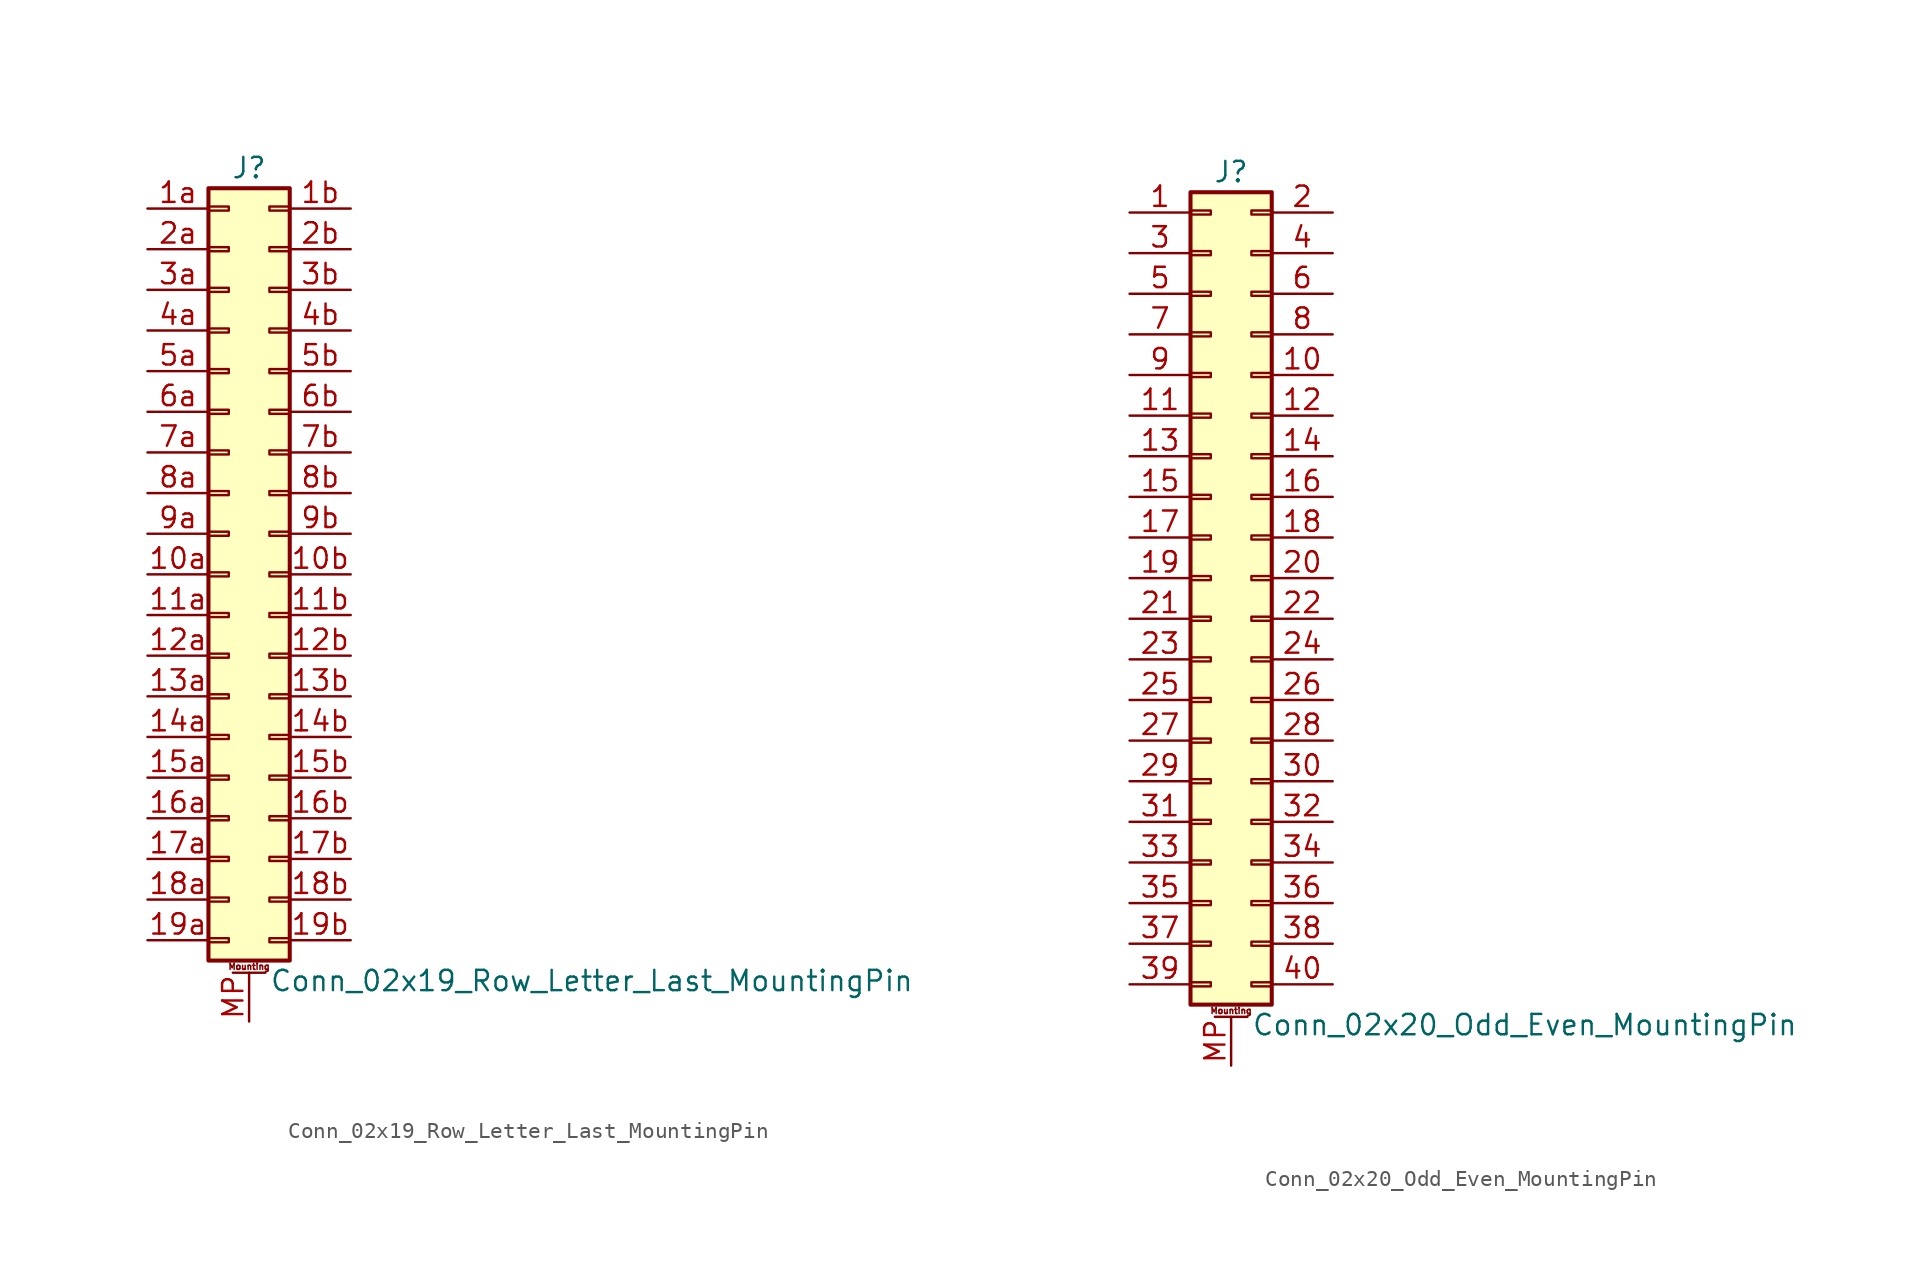
<source format=kicad_sym>
(kicad_symbol_lib
  (version 20201005)
  (generator kicad_symbol_editor)
  (symbol "Conn_02x19_Row_Letter_Last_MountingPin"
    (pin_names
      (offset 1.016) hide)
    (property "Reference" "J"
      (at 1.27 25.4 0)
      (effects (font (size 1.27 1.27))))
    (property "Value" "Conn_02x19_Row_Letter_Last_MountingPin"
      (at 2.54 -25.4 0)
      (effects (font (size 1.27 1.27)) (justify left)))
    (symbol "Conn_02x19_Row_Letter_Last_MountingPin_1_1"
      (text "Mounting" (at 1.27 -24.511 0) (effects (font (size 0.381 0.381))))
      (rectangle (start -1.27 -22.733) (end 0 -22.987) (stroke (width 0.152)) (fill (type none)))
      (rectangle (start -1.27 -20.193) (end 0 -20.447) (stroke (width 0.152)) (fill (type none)))
      (rectangle (start -1.27 -17.653) (end 0 -17.907) (stroke (width 0.152)) (fill (type none)))
      (rectangle (start -1.27 -15.113) (end 0 -15.367) (stroke (width 0.152)) (fill (type none)))
      (rectangle (start -1.27 -12.573) (end 0 -12.827) (stroke (width 0.152)) (fill (type none)))
      (rectangle (start -1.27 -10.033) (end 0 -10.287) (stroke (width 0.152)) (fill (type none)))
      (rectangle (start -1.27 -7.493) (end 0 -7.747) (stroke (width 0.152)) (fill (type none)))
      (rectangle (start -1.27 -4.953) (end 0 -5.207) (stroke (width 0.152)) (fill (type none)))
      (rectangle (start -1.27 -2.413) (end 0 -2.667) (stroke (width 0.152)) (fill (type none)))
      (rectangle (start -1.27 0.127) (end 0 -0.127) (stroke (width 0.152)) (fill (type none)))
      (rectangle (start -1.27 2.667) (end 0 2.413) (stroke (width 0.152)) (fill (type none)))
      (rectangle (start -1.27 5.207) (end 0 4.953) (stroke (width 0.152)) (fill (type none)))
      (rectangle (start -1.27 7.747) (end 0 7.493) (stroke (width 0.152)) (fill (type none)))
      (rectangle (start -1.27 10.287) (end 0 10.033) (stroke (width 0.152)) (fill (type none)))
      (rectangle (start -1.27 12.827) (end 0 12.573) (stroke (width 0.152)) (fill (type none)))
      (rectangle (start -1.27 15.367) (end 0 15.113) (stroke (width 0.152)) (fill (type none)))
      (rectangle (start -1.27 17.907) (end 0 17.653) (stroke (width 0.152)) (fill (type none)))
      (rectangle (start -1.27 20.447) (end 0 20.193) (stroke (width 0.152)) (fill (type none)))
      (rectangle (start -1.27 22.987) (end 0 22.733) (stroke (width 0.152)) (fill (type none)))
      (rectangle (start -1.27 24.13) (end 3.81 -24.13) (stroke (width 0.254)) (fill (type background)))
      (rectangle (start 3.81 -22.733) (end 2.54 -22.987) (stroke (width 0.152)) (fill (type none)))
      (rectangle (start 3.81 -20.193) (end 2.54 -20.447) (stroke (width 0.152)) (fill (type none)))
      (rectangle (start 3.81 -17.653) (end 2.54 -17.907) (stroke (width 0.152)) (fill (type none)))
      (rectangle (start 3.81 -15.113) (end 2.54 -15.367) (stroke (width 0.152)) (fill (type none)))
      (rectangle (start 3.81 -12.573) (end 2.54 -12.827) (stroke (width 0.152)) (fill (type none)))
      (rectangle (start 3.81 -10.033) (end 2.54 -10.287) (stroke (width 0.152)) (fill (type none)))
      (rectangle (start 3.81 -7.493) (end 2.54 -7.747) (stroke (width 0.152)) (fill (type none)))
      (rectangle (start 3.81 -4.953) (end 2.54 -5.207) (stroke (width 0.152)) (fill (type none)))
      (rectangle (start 3.81 -2.413) (end 2.54 -2.667) (stroke (width 0.152)) (fill (type none)))
      (rectangle (start 3.81 0.127) (end 2.54 -0.127) (stroke (width 0.152)) (fill (type none)))
      (rectangle (start 3.81 2.667) (end 2.54 2.413) (stroke (width 0.152)) (fill (type none)))
      (rectangle (start 3.81 5.207) (end 2.54 4.953) (stroke (width 0.152)) (fill (type none)))
      (rectangle (start 3.81 7.747) (end 2.54 7.493) (stroke (width 0.152)) (fill (type none)))
      (rectangle (start 3.81 10.287) (end 2.54 10.033) (stroke (width 0.152)) (fill (type none)))
      (rectangle (start 3.81 12.827) (end 2.54 12.573) (stroke (width 0.152)) (fill (type none)))
      (rectangle (start 3.81 15.367) (end 2.54 15.113) (stroke (width 0.152)) (fill (type none)))
      (rectangle (start 3.81 17.907) (end 2.54 17.653) (stroke (width 0.152)) (fill (type none)))
      (rectangle (start 3.81 20.447) (end 2.54 20.193) (stroke (width 0.152)) (fill (type none)))
      (rectangle (start 3.81 22.987) (end 2.54 22.733) (stroke (width 0.152)) (fill (type none)))
      (polyline (pts (xy 0.254 -24.892) (xy 2.286 -24.892)) (stroke (width 0.152)) (fill (type none)))
      (pin passive line (at -5.08 0 0) (length 3.81) (name "Pin_10a" (effects (font (size 1.27 1.27)))) (number "10a" (effects (font (size 1.27 1.27)))))
      (pin passive line (at 7.62 0 180) (length 3.81) (name "Pin_10b" (effects (font (size 1.27 1.27)))) (number "10b" (effects (font (size 1.27 1.27)))))
      (pin passive line (at -5.08 -2.54 0) (length 3.81) (name "Pin_11a" (effects (font (size 1.27 1.27)))) (number "11a" (effects (font (size 1.27 1.27)))))
      (pin passive line (at 7.62 -2.54 180) (length 3.81) (name "Pin_11b" (effects (font (size 1.27 1.27)))) (number "11b" (effects (font (size 1.27 1.27)))))
      (pin passive line (at -5.08 -5.08 0) (length 3.81) (name "Pin_12a" (effects (font (size 1.27 1.27)))) (number "12a" (effects (font (size 1.27 1.27)))))
      (pin passive line (at 7.62 -5.08 180) (length 3.81) (name "Pin_12b" (effects (font (size 1.27 1.27)))) (number "12b" (effects (font (size 1.27 1.27)))))
      (pin passive line (at -5.08 -7.62 0) (length 3.81) (name "Pin_13a" (effects (font (size 1.27 1.27)))) (number "13a" (effects (font (size 1.27 1.27)))))
      (pin passive line (at 7.62 -7.62 180) (length 3.81) (name "Pin_13b" (effects (font (size 1.27 1.27)))) (number "13b" (effects (font (size 1.27 1.27)))))
      (pin passive line (at -5.08 -10.16 0) (length 3.81) (name "Pin_14a" (effects (font (size 1.27 1.27)))) (number "14a" (effects (font (size 1.27 1.27)))))
      (pin passive line (at 7.62 -10.16 180) (length 3.81) (name "Pin_14b" (effects (font (size 1.27 1.27)))) (number "14b" (effects (font (size 1.27 1.27)))))
      (pin passive line (at -5.08 -12.7 0) (length 3.81) (name "Pin_15a" (effects (font (size 1.27 1.27)))) (number "15a" (effects (font (size 1.27 1.27)))))
      (pin passive line (at 7.62 -12.7 180) (length 3.81) (name "Pin_15b" (effects (font (size 1.27 1.27)))) (number "15b" (effects (font (size 1.27 1.27)))))
      (pin passive line (at -5.08 -15.24 0) (length 3.81) (name "Pin_16a" (effects (font (size 1.27 1.27)))) (number "16a" (effects (font (size 1.27 1.27)))))
      (pin passive line (at 7.62 -15.24 180) (length 3.81) (name "Pin_16b" (effects (font (size 1.27 1.27)))) (number "16b" (effects (font (size 1.27 1.27)))))
      (pin passive line (at -5.08 -17.78 0) (length 3.81) (name "Pin_17a" (effects (font (size 1.27 1.27)))) (number "17a" (effects (font (size 1.27 1.27)))))
      (pin passive line (at 7.62 -17.78 180) (length 3.81) (name "Pin_17b" (effects (font (size 1.27 1.27)))) (number "17b" (effects (font (size 1.27 1.27)))))
      (pin passive line (at -5.08 -20.32 0) (length 3.81) (name "Pin_18a" (effects (font (size 1.27 1.27)))) (number "18a" (effects (font (size 1.27 1.27)))))
      (pin passive line (at 7.62 -20.32 180) (length 3.81) (name "Pin_18b" (effects (font (size 1.27 1.27)))) (number "18b" (effects (font (size 1.27 1.27)))))
      (pin passive line (at -5.08 -22.86 0) (length 3.81) (name "Pin_19a" (effects (font (size 1.27 1.27)))) (number "19a" (effects (font (size 1.27 1.27)))))
      (pin passive line (at 7.62 -22.86 180) (length 3.81) (name "Pin_19b" (effects (font (size 1.27 1.27)))) (number "19b" (effects (font (size 1.27 1.27)))))
      (pin passive line (at -5.08 22.86 0) (length 3.81) (name "Pin_1a" (effects (font (size 1.27 1.27)))) (number "1a" (effects (font (size 1.27 1.27)))))
      (pin passive line (at 7.62 22.86 180) (length 3.81) (name "Pin_1b" (effects (font (size 1.27 1.27)))) (number "1b" (effects (font (size 1.27 1.27)))))
      (pin passive line (at -5.08 20.32 0) (length 3.81) (name "Pin_2a" (effects (font (size 1.27 1.27)))) (number "2a" (effects (font (size 1.27 1.27)))))
      (pin passive line (at 7.62 20.32 180) (length 3.81) (name "Pin_2b" (effects (font (size 1.27 1.27)))) (number "2b" (effects (font (size 1.27 1.27)))))
      (pin passive line (at -5.08 17.78 0) (length 3.81) (name "Pin_3a" (effects (font (size 1.27 1.27)))) (number "3a" (effects (font (size 1.27 1.27)))))
      (pin passive line (at 7.62 17.78 180) (length 3.81) (name "Pin_3b" (effects (font (size 1.27 1.27)))) (number "3b" (effects (font (size 1.27 1.27)))))
      (pin passive line (at -5.08 15.24 0) (length 3.81) (name "Pin_4a" (effects (font (size 1.27 1.27)))) (number "4a" (effects (font (size 1.27 1.27)))))
      (pin passive line (at 7.62 15.24 180) (length 3.81) (name "Pin_4b" (effects (font (size 1.27 1.27)))) (number "4b" (effects (font (size 1.27 1.27)))))
      (pin passive line (at -5.08 12.7 0) (length 3.81) (name "Pin_5a" (effects (font (size 1.27 1.27)))) (number "5a" (effects (font (size 1.27 1.27)))))
      (pin passive line (at 7.62 12.7 180) (length 3.81) (name "Pin_5b" (effects (font (size 1.27 1.27)))) (number "5b" (effects (font (size 1.27 1.27)))))
      (pin passive line (at -5.08 10.16 0) (length 3.81) (name "Pin_6a" (effects (font (size 1.27 1.27)))) (number "6a" (effects (font (size 1.27 1.27)))))
      (pin passive line (at 7.62 10.16 180) (length 3.81) (name "Pin_6b" (effects (font (size 1.27 1.27)))) (number "6b" (effects (font (size 1.27 1.27)))))
      (pin passive line (at -5.08 7.62 0) (length 3.81) (name "Pin_7a" (effects (font (size 1.27 1.27)))) (number "7a" (effects (font (size 1.27 1.27)))))
      (pin passive line (at 7.62 7.62 180) (length 3.81) (name "Pin_7b" (effects (font (size 1.27 1.27)))) (number "7b" (effects (font (size 1.27 1.27)))))
      (pin passive line (at -5.08 5.08 0) (length 3.81) (name "Pin_8a" (effects (font (size 1.27 1.27)))) (number "8a" (effects (font (size 1.27 1.27)))))
      (pin passive line (at 7.62 5.08 180) (length 3.81) (name "Pin_8b" (effects (font (size 1.27 1.27)))) (number "8b" (effects (font (size 1.27 1.27)))))
      (pin passive line (at -5.08 2.54 0) (length 3.81) (name "Pin_9a" (effects (font (size 1.27 1.27)))) (number "9a" (effects (font (size 1.27 1.27)))))
      (pin passive line (at 7.62 2.54 180) (length 3.81) (name "Pin_9b" (effects (font (size 1.27 1.27)))) (number "9b" (effects (font (size 1.27 1.27)))))
      (pin passive line (at 1.27 -27.94 90) (length 3.048) (name "MountPin" (effects (font (size 1.27 1.27)))) (number "MP" (effects (font (size 1.27 1.27)))))))
  (symbol "Conn_02x20_Odd_Even_MountingPin"
    (pin_names
      (offset 1.016) hide)
    (property "Reference" "J"
      (at 1.27 25.4 0)
      (effects (font (size 1.27 1.27))))
    (property "Value" "Conn_02x20_Odd_Even_MountingPin"
      (at 2.54 -27.94 0)
      (effects (font (size 1.27 1.27)) (justify left)))
    (symbol "Conn_02x20_Odd_Even_MountingPin_1_1"
      (text "Mounting" (at 1.27 -27.051 0) (effects (font (size 0.381 0.381))))
      (rectangle (start -1.27 -25.273) (end 0 -25.527) (stroke (width 0.152)) (fill (type none)))
      (rectangle (start -1.27 -22.733) (end 0 -22.987) (stroke (width 0.152)) (fill (type none)))
      (rectangle (start -1.27 -20.193) (end 0 -20.447) (stroke (width 0.152)) (fill (type none)))
      (rectangle (start -1.27 -17.653) (end 0 -17.907) (stroke (width 0.152)) (fill (type none)))
      (rectangle (start -1.27 -15.113) (end 0 -15.367) (stroke (width 0.152)) (fill (type none)))
      (rectangle (start -1.27 -12.573) (end 0 -12.827) (stroke (width 0.152)) (fill (type none)))
      (rectangle (start -1.27 -10.033) (end 0 -10.287) (stroke (width 0.152)) (fill (type none)))
      (rectangle (start -1.27 -7.493) (end 0 -7.747) (stroke (width 0.152)) (fill (type none)))
      (rectangle (start -1.27 -4.953) (end 0 -5.207) (stroke (width 0.152)) (fill (type none)))
      (rectangle (start -1.27 -2.413) (end 0 -2.667) (stroke (width 0.152)) (fill (type none)))
      (rectangle (start -1.27 0.127) (end 0 -0.127) (stroke (width 0.152)) (fill (type none)))
      (rectangle (start -1.27 2.667) (end 0 2.413) (stroke (width 0.152)) (fill (type none)))
      (rectangle (start -1.27 5.207) (end 0 4.953) (stroke (width 0.152)) (fill (type none)))
      (rectangle (start -1.27 7.747) (end 0 7.493) (stroke (width 0.152)) (fill (type none)))
      (rectangle (start -1.27 10.287) (end 0 10.033) (stroke (width 0.152)) (fill (type none)))
      (rectangle (start -1.27 12.827) (end 0 12.573) (stroke (width 0.152)) (fill (type none)))
      (rectangle (start -1.27 15.367) (end 0 15.113) (stroke (width 0.152)) (fill (type none)))
      (rectangle (start -1.27 17.907) (end 0 17.653) (stroke (width 0.152)) (fill (type none)))
      (rectangle (start -1.27 20.447) (end 0 20.193) (stroke (width 0.152)) (fill (type none)))
      (rectangle (start -1.27 22.987) (end 0 22.733) (stroke (width 0.152)) (fill (type none)))
      (rectangle (start -1.27 24.13) (end 3.81 -26.67) (stroke (width 0.254)) (fill (type background)))
      (rectangle (start 3.81 -25.273) (end 2.54 -25.527) (stroke (width 0.152)) (fill (type none)))
      (rectangle (start 3.81 -22.733) (end 2.54 -22.987) (stroke (width 0.152)) (fill (type none)))
      (rectangle (start 3.81 -20.193) (end 2.54 -20.447) (stroke (width 0.152)) (fill (type none)))
      (rectangle (start 3.81 -17.653) (end 2.54 -17.907) (stroke (width 0.152)) (fill (type none)))
      (rectangle (start 3.81 -15.113) (end 2.54 -15.367) (stroke (width 0.152)) (fill (type none)))
      (rectangle (start 3.81 -12.573) (end 2.54 -12.827) (stroke (width 0.152)) (fill (type none)))
      (rectangle (start 3.81 -10.033) (end 2.54 -10.287) (stroke (width 0.152)) (fill (type none)))
      (rectangle (start 3.81 -7.493) (end 2.54 -7.747) (stroke (width 0.152)) (fill (type none)))
      (rectangle (start 3.81 -4.953) (end 2.54 -5.207) (stroke (width 0.152)) (fill (type none)))
      (rectangle (start 3.81 -2.413) (end 2.54 -2.667) (stroke (width 0.152)) (fill (type none)))
      (rectangle (start 3.81 0.127) (end 2.54 -0.127) (stroke (width 0.152)) (fill (type none)))
      (rectangle (start 3.81 2.667) (end 2.54 2.413) (stroke (width 0.152)) (fill (type none)))
      (rectangle (start 3.81 5.207) (end 2.54 4.953) (stroke (width 0.152)) (fill (type none)))
      (rectangle (start 3.81 7.747) (end 2.54 7.493) (stroke (width 0.152)) (fill (type none)))
      (rectangle (start 3.81 10.287) (end 2.54 10.033) (stroke (width 0.152)) (fill (type none)))
      (rectangle (start 3.81 12.827) (end 2.54 12.573) (stroke (width 0.152)) (fill (type none)))
      (rectangle (start 3.81 15.367) (end 2.54 15.113) (stroke (width 0.152)) (fill (type none)))
      (rectangle (start 3.81 17.907) (end 2.54 17.653) (stroke (width 0.152)) (fill (type none)))
      (rectangle (start 3.81 20.447) (end 2.54 20.193) (stroke (width 0.152)) (fill (type none)))
      (rectangle (start 3.81 22.987) (end 2.54 22.733) (stroke (width 0.152)) (fill (type none)))
      (polyline (pts (xy 0.254 -27.432) (xy 2.286 -27.432)) (stroke (width 0.152)) (fill (type none)))
      (pin passive line (at -5.08 22.86 0) (length 3.81) (name "Pin_1" (effects (font (size 1.27 1.27)))) (number "1" (effects (font (size 1.27 1.27)))))
      (pin passive line (at 7.62 12.7 180) (length 3.81) (name "Pin_10" (effects (font (size 1.27 1.27)))) (number "10" (effects (font (size 1.27 1.27)))))
      (pin passive line (at -5.08 10.16 0) (length 3.81) (name "Pin_11" (effects (font (size 1.27 1.27)))) (number "11" (effects (font (size 1.27 1.27)))))
      (pin passive line (at 7.62 10.16 180) (length 3.81) (name "Pin_12" (effects (font (size 1.27 1.27)))) (number "12" (effects (font (size 1.27 1.27)))))
      (pin passive line (at -5.08 7.62 0) (length 3.81) (name "Pin_13" (effects (font (size 1.27 1.27)))) (number "13" (effects (font (size 1.27 1.27)))))
      (pin passive line (at 7.62 7.62 180) (length 3.81) (name "Pin_14" (effects (font (size 1.27 1.27)))) (number "14" (effects (font (size 1.27 1.27)))))
      (pin passive line (at -5.08 5.08 0) (length 3.81) (name "Pin_15" (effects (font (size 1.27 1.27)))) (number "15" (effects (font (size 1.27 1.27)))))
      (pin passive line (at 7.62 5.08 180) (length 3.81) (name "Pin_16" (effects (font (size 1.27 1.27)))) (number "16" (effects (font (size 1.27 1.27)))))
      (pin passive line (at -5.08 2.54 0) (length 3.81) (name "Pin_17" (effects (font (size 1.27 1.27)))) (number "17" (effects (font (size 1.27 1.27)))))
      (pin passive line (at 7.62 2.54 180) (length 3.81) (name "Pin_18" (effects (font (size 1.27 1.27)))) (number "18" (effects (font (size 1.27 1.27)))))
      (pin passive line (at -5.08 0 0) (length 3.81) (name "Pin_19" (effects (font (size 1.27 1.27)))) (number "19" (effects (font (size 1.27 1.27)))))
      (pin passive line (at 7.62 22.86 180) (length 3.81) (name "Pin_2" (effects (font (size 1.27 1.27)))) (number "2" (effects (font (size 1.27 1.27)))))
      (pin passive line (at 7.62 0 180) (length 3.81) (name "Pin_20" (effects (font (size 1.27 1.27)))) (number "20" (effects (font (size 1.27 1.27)))))
      (pin passive line (at -5.08 -2.54 0) (length 3.81) (name "Pin_21" (effects (font (size 1.27 1.27)))) (number "21" (effects (font (size 1.27 1.27)))))
      (pin passive line (at 7.62 -2.54 180) (length 3.81) (name "Pin_22" (effects (font (size 1.27 1.27)))) (number "22" (effects (font (size 1.27 1.27)))))
      (pin passive line (at -5.08 -5.08 0) (length 3.81) (name "Pin_23" (effects (font (size 1.27 1.27)))) (number "23" (effects (font (size 1.27 1.27)))))
      (pin passive line (at 7.62 -5.08 180) (length 3.81) (name "Pin_24" (effects (font (size 1.27 1.27)))) (number "24" (effects (font (size 1.27 1.27)))))
      (pin passive line (at -5.08 -7.62 0) (length 3.81) (name "Pin_25" (effects (font (size 1.27 1.27)))) (number "25" (effects (font (size 1.27 1.27)))))
      (pin passive line (at 7.62 -7.62 180) (length 3.81) (name "Pin_26" (effects (font (size 1.27 1.27)))) (number "26" (effects (font (size 1.27 1.27)))))
      (pin passive line (at -5.08 -10.16 0) (length 3.81) (name "Pin_27" (effects (font (size 1.27 1.27)))) (number "27" (effects (font (size 1.27 1.27)))))
      (pin passive line (at 7.62 -10.16 180) (length 3.81) (name "Pin_28" (effects (font (size 1.27 1.27)))) (number "28" (effects (font (size 1.27 1.27)))))
      (pin passive line (at -5.08 -12.7 0) (length 3.81) (name "Pin_29" (effects (font (size 1.27 1.27)))) (number "29" (effects (font (size 1.27 1.27)))))
      (pin passive line (at -5.08 20.32 0) (length 3.81) (name "Pin_3" (effects (font (size 1.27 1.27)))) (number "3" (effects (font (size 1.27 1.27)))))
      (pin passive line (at 7.62 -12.7 180) (length 3.81) (name "Pin_30" (effects (font (size 1.27 1.27)))) (number "30" (effects (font (size 1.27 1.27)))))
      (pin passive line (at -5.08 -15.24 0) (length 3.81) (name "Pin_31" (effects (font (size 1.27 1.27)))) (number "31" (effects (font (size 1.27 1.27)))))
      (pin passive line (at 7.62 -15.24 180) (length 3.81) (name "Pin_32" (effects (font (size 1.27 1.27)))) (number "32" (effects (font (size 1.27 1.27)))))
      (pin passive line (at -5.08 -17.78 0) (length 3.81) (name "Pin_33" (effects (font (size 1.27 1.27)))) (number "33" (effects (font (size 1.27 1.27)))))
      (pin passive line (at 7.62 -17.78 180) (length 3.81) (name "Pin_34" (effects (font (size 1.27 1.27)))) (number "34" (effects (font (size 1.27 1.27)))))
      (pin passive line (at -5.08 -20.32 0) (length 3.81) (name "Pin_35" (effects (font (size 1.27 1.27)))) (number "35" (effects (font (size 1.27 1.27)))))
      (pin passive line (at 7.62 -20.32 180) (length 3.81) (name "Pin_36" (effects (font (size 1.27 1.27)))) (number "36" (effects (font (size 1.27 1.27)))))
      (pin passive line (at -5.08 -22.86 0) (length 3.81) (name "Pin_37" (effects (font (size 1.27 1.27)))) (number "37" (effects (font (size 1.27 1.27)))))
      (pin passive line (at 7.62 -22.86 180) (length 3.81) (name "Pin_38" (effects (font (size 1.27 1.27)))) (number "38" (effects (font (size 1.27 1.27)))))
      (pin passive line (at -5.08 -25.4 0) (length 3.81) (name "Pin_39" (effects (font (size 1.27 1.27)))) (number "39" (effects (font (size 1.27 1.27)))))
      (pin passive line (at 7.62 20.32 180) (length 3.81) (name "Pin_4" (effects (font (size 1.27 1.27)))) (number "4" (effects (font (size 1.27 1.27)))))
      (pin passive line (at 7.62 -25.4 180) (length 3.81) (name "Pin_40" (effects (font (size 1.27 1.27)))) (number "40" (effects (font (size 1.27 1.27)))))
      (pin passive line (at -5.08 17.78 0) (length 3.81) (name "Pin_5" (effects (font (size 1.27 1.27)))) (number "5" (effects (font (size 1.27 1.27)))))
      (pin passive line (at 7.62 17.78 180) (length 3.81) (name "Pin_6" (effects (font (size 1.27 1.27)))) (number "6" (effects (font (size 1.27 1.27)))))
      (pin passive line (at -5.08 15.24 0) (length 3.81) (name "Pin_7" (effects (font (size 1.27 1.27)))) (number "7" (effects (font (size 1.27 1.27)))))
      (pin passive line (at 7.62 15.24 180) (length 3.81) (name "Pin_8" (effects (font (size 1.27 1.27)))) (number "8" (effects (font (size 1.27 1.27)))))
      (pin passive line (at -5.08 12.7 0) (length 3.81) (name "Pin_9" (effects (font (size 1.27 1.27)))) (number "9" (effects (font (size 1.27 1.27)))))
      (pin passive line (at 1.27 -30.48 90) (length 3.048) (name "MountPin" (effects (font (size 1.27 1.27)))) (number "MP" (effects (font (size 1.27 1.27))))))))
</source>
